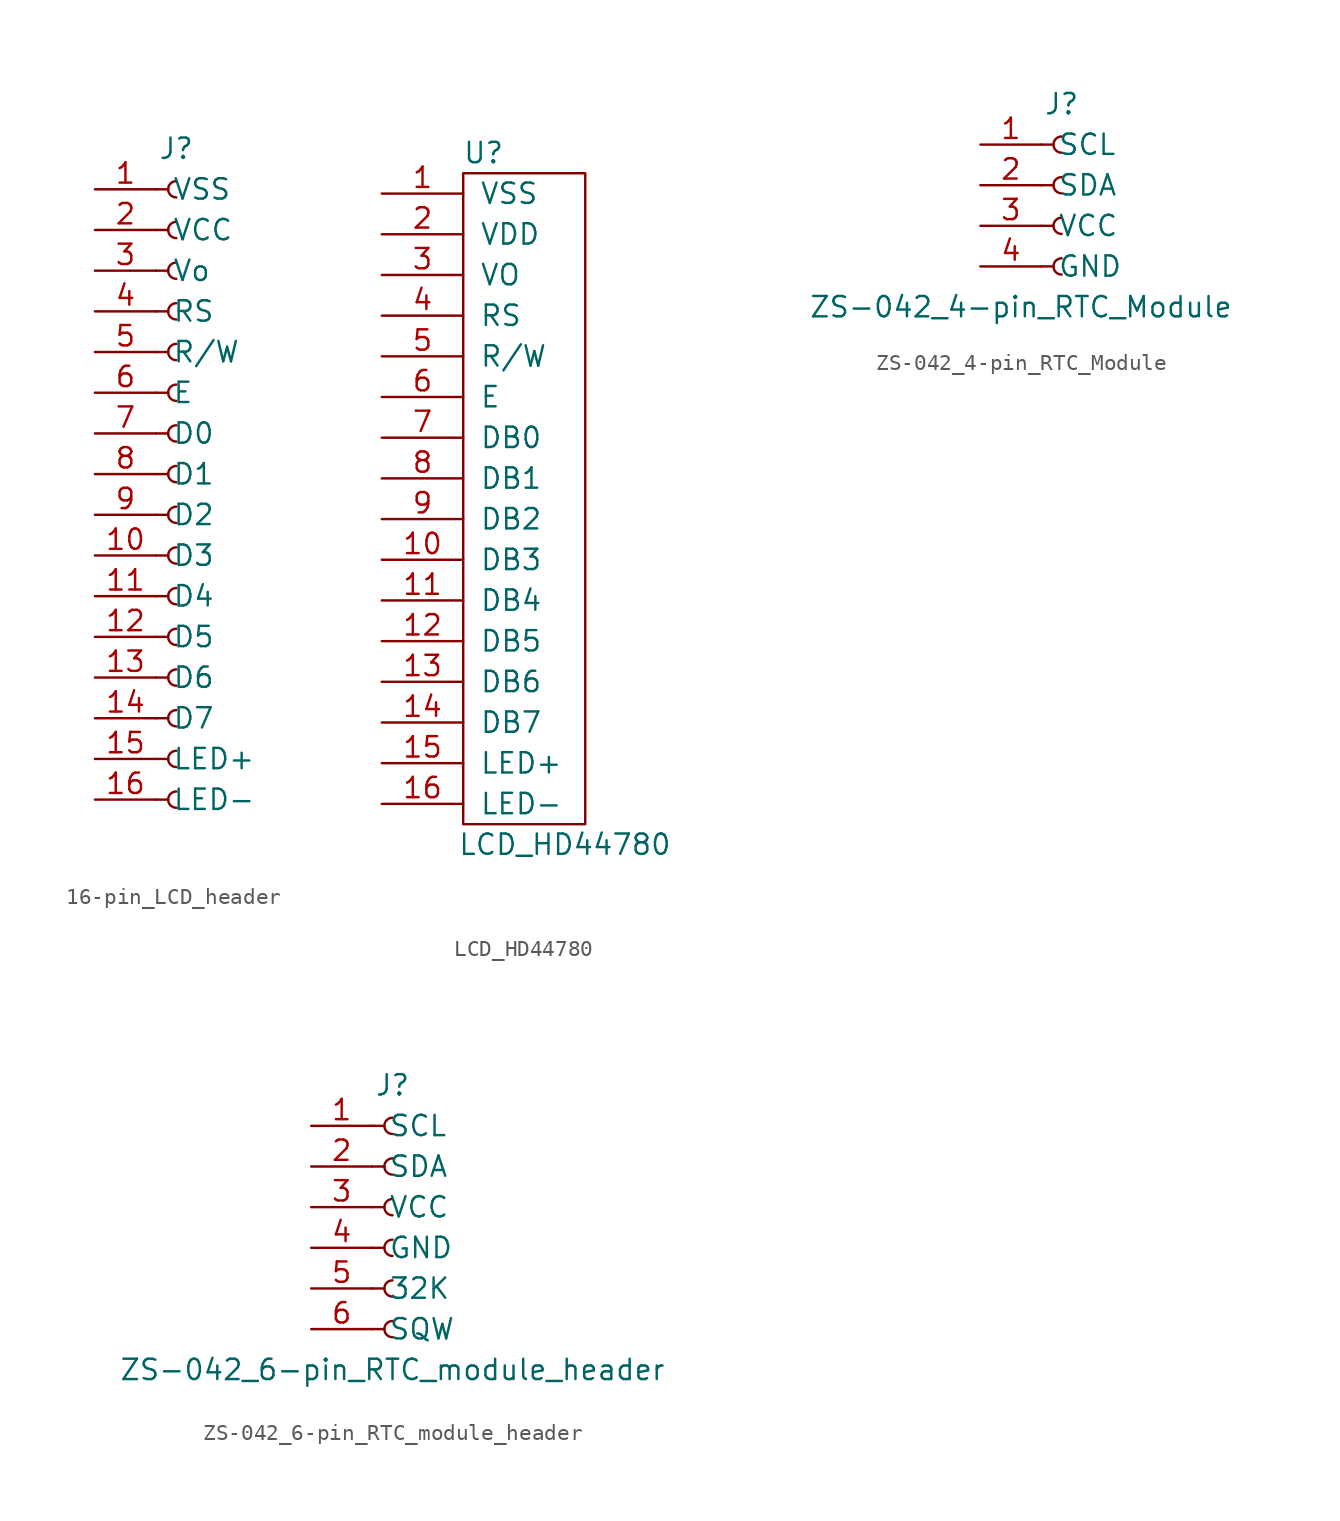
<source format=kicad_sym>
(kicad_symbol_lib
  (version 20211014)
  (generator kicad_symbol_editor)
  (symbol "16-pin_LCD_header"
    (pin_names
      (offset 1.016))
    (property "Reference" "J"
      (at 0 20.32 0)
      (effects (font (size 1.27 1.27))))
    (symbol "16-pin_LCD_header_1_1"
      (arc (start 0 -19.812) (mid -0.508 -20.32) (end 0 -20.828) (stroke (width 0.1524) (type default) (color 0 0 0 0)) (fill (type none)))
      (arc (start 0 -17.272) (mid -0.508 -17.78) (end 0 -18.288) (stroke (width 0.1524) (type default) (color 0 0 0 0)) (fill (type none)))
      (arc (start 0 -14.732) (mid -0.508 -15.24) (end 0 -15.748) (stroke (width 0.1524) (type default) (color 0 0 0 0)) (fill (type none)))
      (arc (start 0 -12.192) (mid -0.508 -12.7) (end 0 -13.208) (stroke (width 0.1524) (type default) (color 0 0 0 0)) (fill (type none)))
      (arc (start 0 -9.652) (mid -0.508 -10.16) (end 0 -10.668) (stroke (width 0.1524) (type default) (color 0 0 0 0)) (fill (type none)))
      (arc (start 0 -7.112) (mid -0.508 -7.62) (end 0 -8.128) (stroke (width 0.1524) (type default) (color 0 0 0 0)) (fill (type none)))
      (arc (start 0 -4.572) (mid -0.508 -5.08) (end 0 -5.588) (stroke (width 0.1524) (type default) (color 0 0 0 0)) (fill (type none)))
      (arc (start 0 -2.032) (mid -0.508 -2.54) (end 0 -3.048) (stroke (width 0.1524) (type default) (color 0 0 0 0)) (fill (type none)))
      (polyline (pts (xy -1.27 -20.32) (xy -0.508 -20.32)) (stroke (width 0.152) (type default) (color 0 0 0 0)) (fill (type none)))
      (polyline (pts (xy -1.27 -17.78) (xy -0.508 -17.78)) (stroke (width 0.152) (type default) (color 0 0 0 0)) (fill (type none)))
      (polyline (pts (xy -1.27 -15.24) (xy -0.508 -15.24)) (stroke (width 0.152) (type default) (color 0 0 0 0)) (fill (type none)))
      (polyline (pts (xy -1.27 -12.7) (xy -0.508 -12.7)) (stroke (width 0.152) (type default) (color 0 0 0 0)) (fill (type none)))
      (polyline (pts (xy -1.27 -10.16) (xy -0.508 -10.16)) (stroke (width 0.152) (type default) (color 0 0 0 0)) (fill (type none)))
      (polyline (pts (xy -1.27 -7.62) (xy -0.508 -7.62)) (stroke (width 0.152) (type default) (color 0 0 0 0)) (fill (type none)))
      (polyline (pts (xy -1.27 -5.08) (xy -0.508 -5.08)) (stroke (width 0.152) (type default) (color 0 0 0 0)) (fill (type none)))
      (polyline (pts (xy -1.27 -2.54) (xy -0.508 -2.54)) (stroke (width 0.152) (type default) (color 0 0 0 0)) (fill (type none)))
      (polyline (pts (xy -1.27 0) (xy -0.508 0)) (stroke (width 0.152) (type default) (color 0 0 0 0)) (fill (type none)))
      (polyline (pts (xy -1.27 2.54) (xy -0.508 2.54)) (stroke (width 0.152) (type default) (color 0 0 0 0)) (fill (type none)))
      (polyline (pts (xy -1.27 5.08) (xy -0.508 5.08)) (stroke (width 0.152) (type default) (color 0 0 0 0)) (fill (type none)))
      (polyline (pts (xy -1.27 7.62) (xy -0.508 7.62)) (stroke (width 0.152) (type default) (color 0 0 0 0)) (fill (type none)))
      (polyline (pts (xy -1.27 10.16) (xy -0.508 10.16)) (stroke (width 0.152) (type default) (color 0 0 0 0)) (fill (type none)))
      (polyline (pts (xy -1.27 12.7) (xy -0.508 12.7)) (stroke (width 0.152) (type default) (color 0 0 0 0)) (fill (type none)))
      (polyline (pts (xy -1.27 15.24) (xy -0.508 15.24)) (stroke (width 0.152) (type default) (color 0 0 0 0)) (fill (type none)))
      (polyline (pts (xy -1.27 17.78) (xy -0.508 17.78)) (stroke (width 0.152) (type default) (color 0 0 0 0)) (fill (type none)))
      (arc (start 0 0.508) (mid -0.508 0) (end 0 -0.508) (stroke (width 0.1524) (type default) (color 0 0 0 0)) (fill (type none)))
      (arc (start 0 3.048) (mid -0.508 2.54) (end 0 2.032) (stroke (width 0.1524) (type default) (color 0 0 0 0)) (fill (type none)))
      (arc (start 0 5.588) (mid -0.508 5.08) (end 0 4.572) (stroke (width 0.1524) (type default) (color 0 0 0 0)) (fill (type none)))
      (arc (start 0 8.128) (mid -0.508 7.62) (end 0 7.112) (stroke (width 0.1524) (type default) (color 0 0 0 0)) (fill (type none)))
      (arc (start 0 10.668) (mid -0.508 10.16) (end 0 9.652) (stroke (width 0.1524) (type default) (color 0 0 0 0)) (fill (type none)))
      (arc (start 0 13.208) (mid -0.508 12.7) (end 0 12.192) (stroke (width 0.1524) (type default) (color 0 0 0 0)) (fill (type none)))
      (arc (start 0 15.748) (mid -0.508 15.24) (end 0 14.732) (stroke (width 0.1524) (type default) (color 0 0 0 0)) (fill (type none)))
      (arc (start 0 18.288) (mid -0.508 17.78) (end 0 17.272) (stroke (width 0.1524) (type default) (color 0 0 0 0)) (fill (type none)))
      (pin output line (at -5.08 17.78 0) (length 3.81) (name "VSS" (effects (font (size 1.27 1.27)))) (number "1" (effects (font (size 1.27 1.27)))))
      (pin output line (at -5.08 -5.08 0) (length 3.81) (name "D3" (effects (font (size 1.27 1.27)))) (number "10" (effects (font (size 1.27 1.27)))))
      (pin output line (at -5.08 -7.62 0) (length 3.81) (name "D4" (effects (font (size 1.27 1.27)))) (number "11" (effects (font (size 1.27 1.27)))))
      (pin output line (at -5.08 -10.16 0) (length 3.81) (name "D5" (effects (font (size 1.27 1.27)))) (number "12" (effects (font (size 1.27 1.27)))))
      (pin output line (at -5.08 -12.7 0) (length 3.81) (name "D6" (effects (font (size 1.27 1.27)))) (number "13" (effects (font (size 1.27 1.27)))))
      (pin output line (at -5.08 -15.24 0) (length 3.81) (name "D7" (effects (font (size 1.27 1.27)))) (number "14" (effects (font (size 1.27 1.27)))))
      (pin output line (at -5.08 -17.78 0) (length 3.81) (name "LED+" (effects (font (size 1.27 1.27)))) (number "15" (effects (font (size 1.27 1.27)))))
      (pin output line (at -5.08 -20.32 0) (length 3.81) (name "LED-" (effects (font (size 1.27 1.27)))) (number "16" (effects (font (size 1.27 1.27)))))
      (pin output line (at -5.08 15.24 0) (length 3.81) (name "VCC" (effects (font (size 1.27 1.27)))) (number "2" (effects (font (size 1.27 1.27)))))
      (pin output line (at -5.08 12.7 0) (length 3.81) (name "Vo" (effects (font (size 1.27 1.27)))) (number "3" (effects (font (size 1.27 1.27)))))
      (pin output line (at -5.08 10.16 0) (length 3.81) (name "RS" (effects (font (size 1.27 1.27)))) (number "4" (effects (font (size 1.27 1.27)))))
      (pin output line (at -5.08 7.62 0) (length 3.81) (name "R/W" (effects (font (size 1.27 1.27)))) (number "5" (effects (font (size 1.27 1.27)))))
      (pin output line (at -5.08 5.08 0) (length 3.81) (name "E" (effects (font (size 1.27 1.27)))) (number "6" (effects (font (size 1.27 1.27)))))
      (pin output line (at -5.08 2.54 0) (length 3.81) (name "D0" (effects (font (size 1.27 1.27)))) (number "7" (effects (font (size 1.27 1.27)))))
      (pin output line (at -5.08 0 0) (length 3.81) (name "D1" (effects (font (size 1.27 1.27)))) (number "8" (effects (font (size 1.27 1.27)))))
      (pin output line (at -5.08 -2.54 0) (length 3.81) (name "D2" (effects (font (size 1.27 1.27)))) (number "9" (effects (font (size 1.27 1.27)))))))
  (symbol "LCD_HD44780"
    (pin_names
      (offset 1.016))
    (property "Reference" "U"
      (at 6.35 2.54 0)
      (effects (font (size 1.27 1.27))))
    (property "Value" "LCD_HD44780"
      (at 11.43 -40.64 0)
      (effects (font (size 1.27 1.27))))
    (symbol "LCD_HD44780_0_1"
      (rectangle (start 5.08 1.27) (end 12.7 -39.37) (stroke (width 0) (type default) (color 0 0 0 0)) (fill (type none))))
    (symbol "LCD_HD44780_1_1"
      (pin input line (at 0 0 0) (length 5.08) (name "VSS" (effects (font (size 1.27 1.27)))) (number "1" (effects (font (size 1.27 1.27)))))
      (pin input line (at 0 -22.86 0) (length 5.08) (name "DB3" (effects (font (size 1.27 1.27)))) (number "10" (effects (font (size 1.27 1.27)))))
      (pin input line (at 0 -25.4 0) (length 5.08) (name "DB4" (effects (font (size 1.27 1.27)))) (number "11" (effects (font (size 1.27 1.27)))))
      (pin input line (at 0 -27.94 0) (length 5.08) (name "DB5" (effects (font (size 1.27 1.27)))) (number "12" (effects (font (size 1.27 1.27)))))
      (pin input line (at 0 -30.48 0) (length 5.08) (name "DB6" (effects (font (size 1.27 1.27)))) (number "13" (effects (font (size 1.27 1.27)))))
      (pin input line (at 0 -33.02 0) (length 5.08) (name "DB7" (effects (font (size 1.27 1.27)))) (number "14" (effects (font (size 1.27 1.27)))))
      (pin input line (at 0 -35.56 0) (length 5.08) (name "LED+" (effects (font (size 1.27 1.27)))) (number "15" (effects (font (size 1.27 1.27)))))
      (pin input line (at 0 -38.1 0) (length 5.08) (name "LED-" (effects (font (size 1.27 1.27)))) (number "16" (effects (font (size 1.27 1.27)))))
      (pin input line (at 0 -2.54 0) (length 5.08) (name "VDD" (effects (font (size 1.27 1.27)))) (number "2" (effects (font (size 1.27 1.27)))))
      (pin input line (at 0 -5.08 0) (length 5.08) (name "VO" (effects (font (size 1.27 1.27)))) (number "3" (effects (font (size 1.27 1.27)))))
      (pin input line (at 0 -7.62 0) (length 5.08) (name "RS" (effects (font (size 1.27 1.27)))) (number "4" (effects (font (size 1.27 1.27)))))
      (pin input line (at 0 -10.16 0) (length 5.08) (name "R/W" (effects (font (size 1.27 1.27)))) (number "5" (effects (font (size 1.27 1.27)))))
      (pin input line (at 0 -12.7 0) (length 5.08) (name "E" (effects (font (size 1.27 1.27)))) (number "6" (effects (font (size 1.27 1.27)))))
      (pin input line (at 0 -15.24 0) (length 5.08) (name "DB0" (effects (font (size 1.27 1.27)))) (number "7" (effects (font (size 1.27 1.27)))))
      (pin input line (at 0 -17.78 0) (length 5.08) (name "DB1" (effects (font (size 1.27 1.27)))) (number "8" (effects (font (size 1.27 1.27)))))
      (pin input line (at 0 -20.32 0) (length 5.08) (name "DB2" (effects (font (size 1.27 1.27)))) (number "9" (effects (font (size 1.27 1.27)))))))
  (symbol "ZS-042_4-pin_RTC_Module"
    (pin_names
      (offset 1.016))
    (property "Reference" "J"
      (at 0 5.08 0)
      (effects (font (size 1.27 1.27))))
    (property "Value" "ZS-042_4-pin_RTC_Module"
      (at -2.54 -7.62 0)
      (effects (font (size 1.27 1.27))))
    (symbol "ZS-042_4-pin_RTC_Module_1_1"
      (arc (start 0 -4.572) (mid -0.508 -5.08) (end 0 -5.588) (stroke (width 0.1524) (type default) (color 0 0 0 0)) (fill (type none)))
      (arc (start 0 -2.032) (mid -0.508 -2.54) (end 0 -3.048) (stroke (width 0.1524) (type default) (color 0 0 0 0)) (fill (type none)))
      (polyline (pts (xy -1.27 -5.08) (xy -0.508 -5.08)) (stroke (width 0.152) (type default) (color 0 0 0 0)) (fill (type none)))
      (polyline (pts (xy -1.27 -2.54) (xy -0.508 -2.54)) (stroke (width 0.152) (type default) (color 0 0 0 0)) (fill (type none)))
      (polyline (pts (xy -1.27 0) (xy -0.508 0)) (stroke (width 0.152) (type default) (color 0 0 0 0)) (fill (type none)))
      (polyline (pts (xy -1.27 2.54) (xy -0.508 2.54)) (stroke (width 0.152) (type default) (color 0 0 0 0)) (fill (type none)))
      (arc (start 0 0.508) (mid -0.508 0) (end 0 -0.508) (stroke (width 0.1524) (type default) (color 0 0 0 0)) (fill (type none)))
      (arc (start 0 3.048) (mid -0.508 2.54) (end 0 2.032) (stroke (width 0.1524) (type default) (color 0 0 0 0)) (fill (type none)))
      (pin passive line (at -5.08 2.54 0) (length 3.81) (name "SCL" (effects (font (size 1.27 1.27)))) (number "1" (effects (font (size 1.27 1.27)))))
      (pin passive line (at -5.08 0 0) (length 3.81) (name "SDA" (effects (font (size 1.27 1.27)))) (number "2" (effects (font (size 1.27 1.27)))))
      (pin power_in line (at -5.08 -2.54 0) (length 3.81) (name "VCC" (effects (font (size 1.27 1.27)))) (number "3" (effects (font (size 1.27 1.27)))))
      (pin power_in line (at -5.08 -5.08 0) (length 3.81) (name "GND" (effects (font (size 1.27 1.27)))) (number "4" (effects (font (size 1.27 1.27)))))))
  (symbol "ZS-042_6-pin_RTC_module_header"
    (pin_names
      (offset 1.016))
    (property "Reference" "J"
      (at 0 7.62 0)
      (effects (font (size 1.27 1.27))))
    (property "Value" "ZS-042_6-pin_RTC_module_header"
      (at 0 -10.16 0)
      (effects (font (size 1.27 1.27))))
    (symbol "ZS-042_6-pin_RTC_module_header_1_1"
      (arc (start 0 -7.112) (mid -0.508 -7.62) (end 0 -8.128) (stroke (width 0.1524) (type default) (color 0 0 0 0)) (fill (type none)))
      (arc (start 0 -4.572) (mid -0.508 -5.08) (end 0 -5.588) (stroke (width 0.1524) (type default) (color 0 0 0 0)) (fill (type none)))
      (arc (start 0 -2.032) (mid -0.508 -2.54) (end 0 -3.048) (stroke (width 0.1524) (type default) (color 0 0 0 0)) (fill (type none)))
      (polyline (pts (xy -1.27 -7.62) (xy -0.508 -7.62)) (stroke (width 0.152) (type default) (color 0 0 0 0)) (fill (type none)))
      (polyline (pts (xy -1.27 -5.08) (xy -0.508 -5.08)) (stroke (width 0.152) (type default) (color 0 0 0 0)) (fill (type none)))
      (polyline (pts (xy -1.27 -2.54) (xy -0.508 -2.54)) (stroke (width 0.152) (type default) (color 0 0 0 0)) (fill (type none)))
      (polyline (pts (xy -1.27 0) (xy -0.508 0)) (stroke (width 0.152) (type default) (color 0 0 0 0)) (fill (type none)))
      (polyline (pts (xy -1.27 2.54) (xy -0.508 2.54)) (stroke (width 0.152) (type default) (color 0 0 0 0)) (fill (type none)))
      (polyline (pts (xy -1.27 5.08) (xy -0.508 5.08)) (stroke (width 0.152) (type default) (color 0 0 0 0)) (fill (type none)))
      (arc (start 0 0.508) (mid -0.508 0) (end 0 -0.508) (stroke (width 0.1524) (type default) (color 0 0 0 0)) (fill (type none)))
      (arc (start 0 3.048) (mid -0.508 2.54) (end 0 2.032) (stroke (width 0.1524) (type default) (color 0 0 0 0)) (fill (type none)))
      (arc (start 0 5.588) (mid -0.508 5.08) (end 0 4.572) (stroke (width 0.1524) (type default) (color 0 0 0 0)) (fill (type none)))
      (pin passive line (at -5.08 5.08 0) (length 3.81) (name "SCL" (effects (font (size 1.27 1.27)))) (number "1" (effects (font (size 1.27 1.27)))))
      (pin passive line (at -5.08 2.54 0) (length 3.81) (name "SDA" (effects (font (size 1.27 1.27)))) (number "2" (effects (font (size 1.27 1.27)))))
      (pin power_in line (at -5.08 0 0) (length 3.81) (name "VCC" (effects (font (size 1.27 1.27)))) (number "3" (effects (font (size 1.27 1.27)))))
      (pin power_in line (at -5.08 -2.54 0) (length 3.81) (name "GND" (effects (font (size 1.27 1.27)))) (number "4" (effects (font (size 1.27 1.27)))))
      (pin passive line (at -5.08 -5.08 0) (length 3.81) (name "32K" (effects (font (size 1.27 1.27)))) (number "5" (effects (font (size 1.27 1.27)))))
      (pin passive line (at -5.08 -7.62 0) (length 3.81) (name "SQW" (effects (font (size 1.27 1.27)))) (number "6" (effects (font (size 1.27 1.27))))))))
</source>
